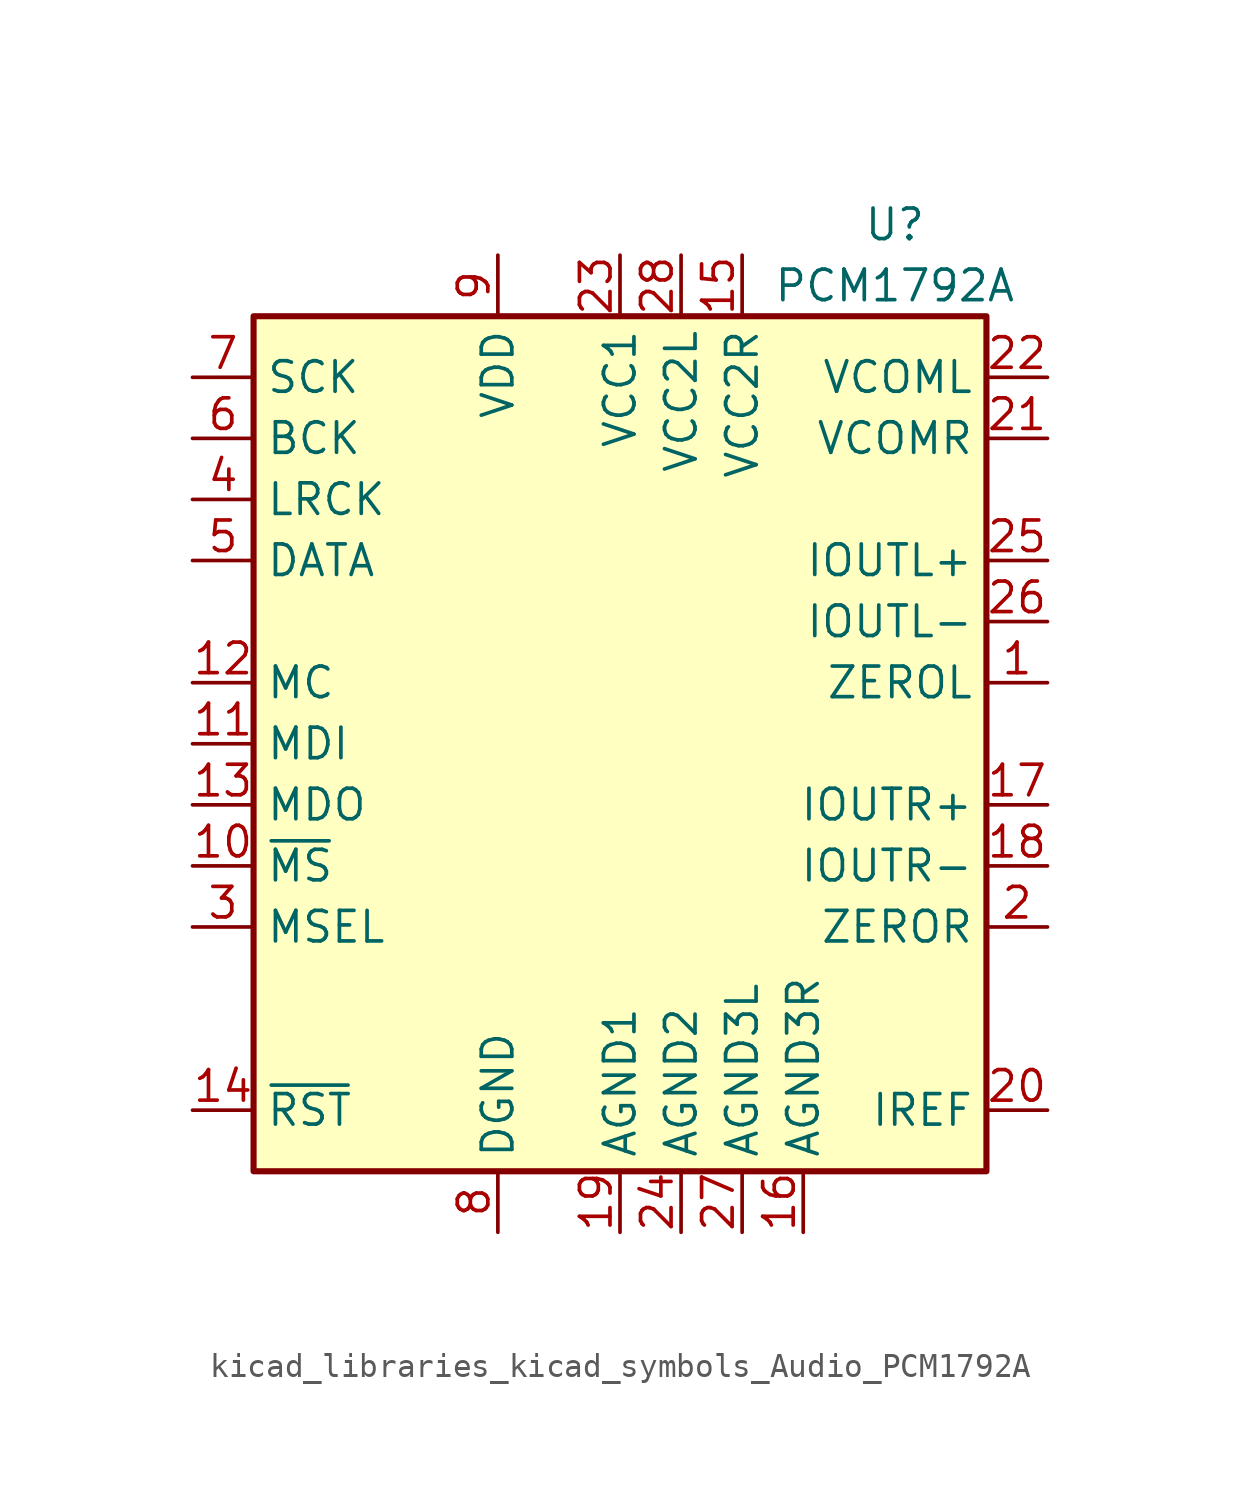
<source format=kicad_sym>
(kicad_symbol_lib
  (version 20220914)
  (generator kicad_symbol_editor)
  (symbol "kicad_libraries_kicad_symbols_Audio_PCM1792A"
    (property "Reference" "U"
      (at 11.43 21.59 0)
      (effects (font (size 1.27 1.27))))
    (property "Value" "PCM1792A"
      (at 11.43 19.05 0)
      (effects (font (size 1.27 1.27))))
    (symbol "kicad_libraries_kicad_symbols_Audio_PCM1792A_0_1"
      (rectangle (start -15.24 17.78) (end 15.24 -17.78) (stroke (width 0.254) (type default)) (fill (type background))))
    (symbol "kicad_libraries_kicad_symbols_Audio_PCM1792A_1_1"
      (pin output line (at 17.78 2.54 180) (length 2.54) (name "ZEROL" (effects (font (size 1.27 1.27)))) (number "1" (effects (font (size 1.27 1.27)))))
      (pin input line (at -17.78 -5.08 0) (length 2.54) (name "~{MS}" (effects (font (size 1.27 1.27)))) (number "10" (effects (font (size 1.27 1.27)))))
      (pin input line (at -17.78 0 0) (length 2.54) (name "MDI" (effects (font (size 1.27 1.27)))) (number "11" (effects (font (size 1.27 1.27)))))
      (pin input line (at -17.78 2.54 0) (length 2.54) (name "MC" (effects (font (size 1.27 1.27)))) (number "12" (effects (font (size 1.27 1.27)))))
      (pin bidirectional line (at -17.78 -2.54 0) (length 2.54) (name "MDO" (effects (font (size 1.27 1.27)))) (number "13" (effects (font (size 1.27 1.27)))))
      (pin input line (at -17.78 -15.24 0) (length 2.54) (name "~{RST}" (effects (font (size 1.27 1.27)))) (number "14" (effects (font (size 1.27 1.27)))))
      (pin power_in line (at 5.08 20.32 270) (length 2.54) (name "VCC2R" (effects (font (size 1.27 1.27)))) (number "15" (effects (font (size 1.27 1.27)))))
      (pin power_in line (at 7.62 -20.32 90) (length 2.54) (name "AGND3R" (effects (font (size 1.27 1.27)))) (number "16" (effects (font (size 1.27 1.27)))))
      (pin output line (at 17.78 -2.54 180) (length 2.54) (name "IOUTR+" (effects (font (size 1.27 1.27)))) (number "17" (effects (font (size 1.27 1.27)))))
      (pin output line (at 17.78 -5.08 180) (length 2.54) (name "IOUTR-" (effects (font (size 1.27 1.27)))) (number "18" (effects (font (size 1.27 1.27)))))
      (pin power_in line (at 0 -20.32 90) (length 2.54) (name "AGND1" (effects (font (size 1.27 1.27)))) (number "19" (effects (font (size 1.27 1.27)))))
      (pin output line (at 17.78 -7.62 180) (length 2.54) (name "ZEROR" (effects (font (size 1.27 1.27)))) (number "2" (effects (font (size 1.27 1.27)))))
      (pin passive line (at 17.78 -15.24 180) (length 2.54) (name "IREF" (effects (font (size 1.27 1.27)))) (number "20" (effects (font (size 1.27 1.27)))))
      (pin output line (at 17.78 12.7 180) (length 2.54) (name "VCOMR" (effects (font (size 1.27 1.27)))) (number "21" (effects (font (size 1.27 1.27)))))
      (pin passive line (at 17.78 15.24 180) (length 2.54) (name "VCOML" (effects (font (size 1.27 1.27)))) (number "22" (effects (font (size 1.27 1.27)))))
      (pin power_in line (at 0 20.32 270) (length 2.54) (name "VCC1" (effects (font (size 1.27 1.27)))) (number "23" (effects (font (size 1.27 1.27)))))
      (pin power_in line (at 2.54 -20.32 90) (length 2.54) (name "AGND2" (effects (font (size 1.27 1.27)))) (number "24" (effects (font (size 1.27 1.27)))))
      (pin output line (at 17.78 7.62 180) (length 2.54) (name "IOUTL+" (effects (font (size 1.27 1.27)))) (number "25" (effects (font (size 1.27 1.27)))))
      (pin output line (at 17.78 5.08 180) (length 2.54) (name "IOUTL-" (effects (font (size 1.27 1.27)))) (number "26" (effects (font (size 1.27 1.27)))))
      (pin power_in line (at 5.08 -20.32 90) (length 2.54) (name "AGND3L" (effects (font (size 1.27 1.27)))) (number "27" (effects (font (size 1.27 1.27)))))
      (pin power_in line (at 2.54 20.32 270) (length 2.54) (name "VCC2L" (effects (font (size 1.27 1.27)))) (number "28" (effects (font (size 1.27 1.27)))))
      (pin input line (at -17.78 -7.62 0) (length 2.54) (name "MSEL" (effects (font (size 1.27 1.27)))) (number "3" (effects (font (size 1.27 1.27)))))
      (pin input line (at -17.78 10.16 0) (length 2.54) (name "LRCK" (effects (font (size 1.27 1.27)))) (number "4" (effects (font (size 1.27 1.27)))))
      (pin input line (at -17.78 7.62 0) (length 2.54) (name "DATA" (effects (font (size 1.27 1.27)))) (number "5" (effects (font (size 1.27 1.27)))))
      (pin input line (at -17.78 12.7 0) (length 2.54) (name "BCK" (effects (font (size 1.27 1.27)))) (number "6" (effects (font (size 1.27 1.27)))))
      (pin input line (at -17.78 15.24 0) (length 2.54) (name "SCK" (effects (font (size 1.27 1.27)))) (number "7" (effects (font (size 1.27 1.27)))))
      (pin power_in line (at -5.08 -20.32 90) (length 2.54) (name "DGND" (effects (font (size 1.27 1.27)))) (number "8" (effects (font (size 1.27 1.27)))))
      (pin power_in line (at -5.08 20.32 270) (length 2.54) (name "VDD" (effects (font (size 1.27 1.27)))) (number "9" (effects (font (size 1.27 1.27))))))))
</source>
